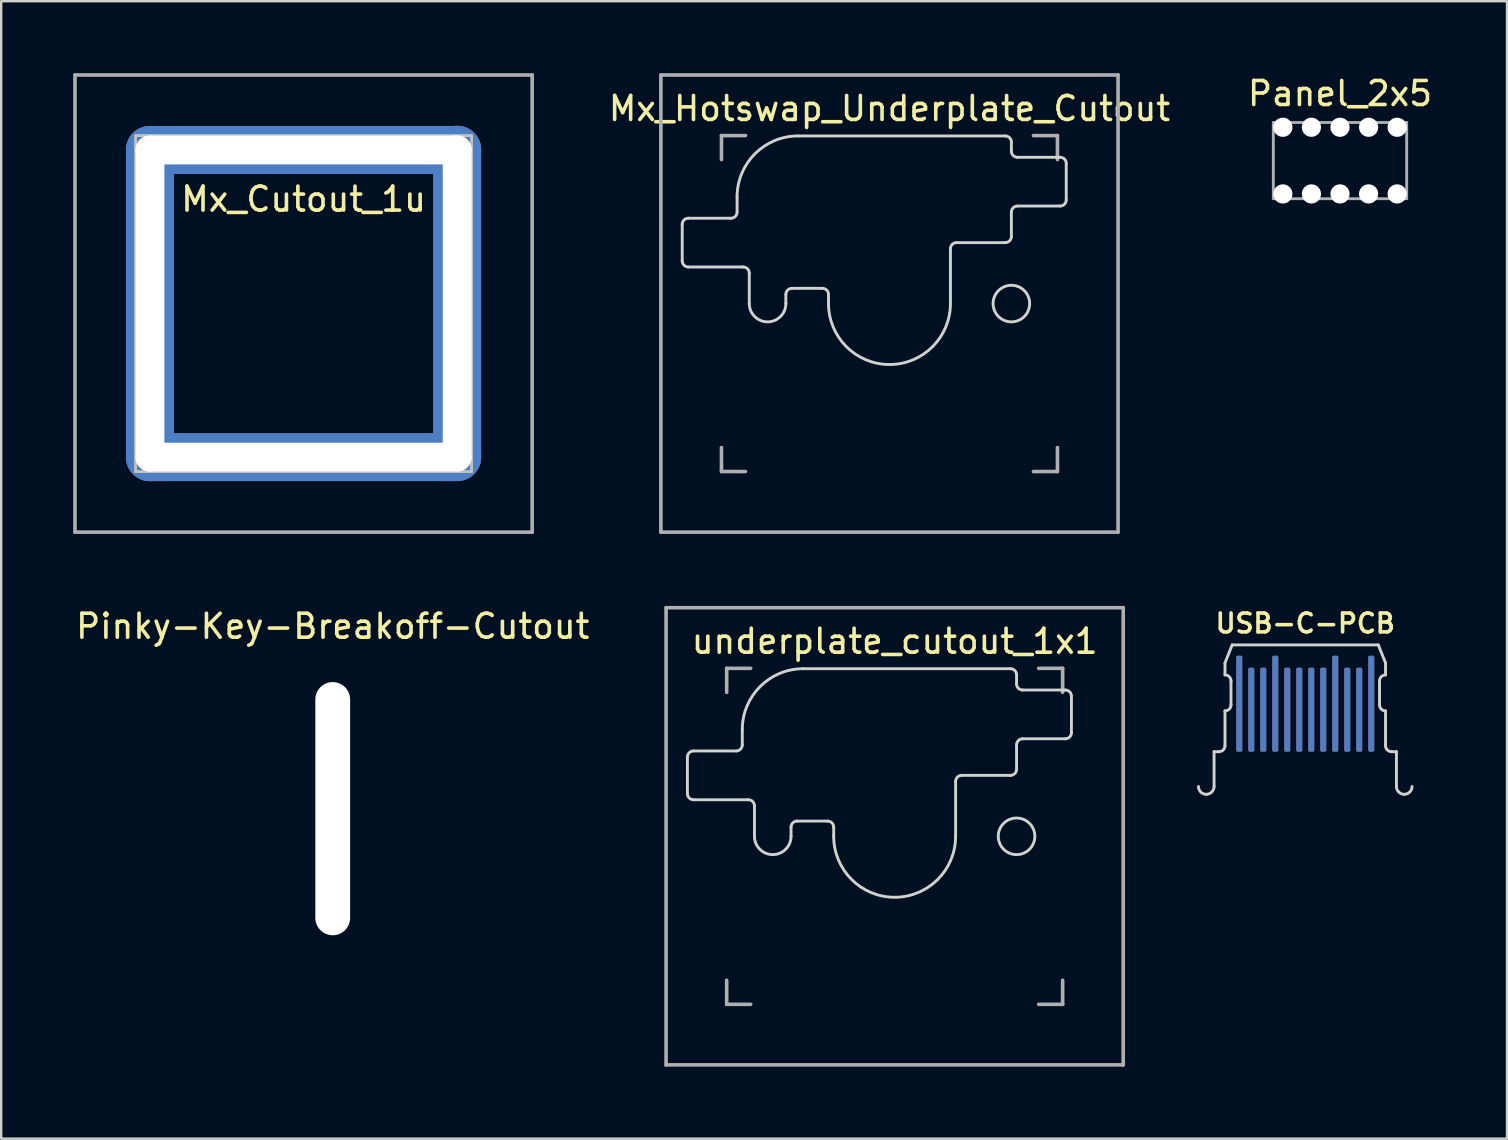
<source format=kicad_pcb>
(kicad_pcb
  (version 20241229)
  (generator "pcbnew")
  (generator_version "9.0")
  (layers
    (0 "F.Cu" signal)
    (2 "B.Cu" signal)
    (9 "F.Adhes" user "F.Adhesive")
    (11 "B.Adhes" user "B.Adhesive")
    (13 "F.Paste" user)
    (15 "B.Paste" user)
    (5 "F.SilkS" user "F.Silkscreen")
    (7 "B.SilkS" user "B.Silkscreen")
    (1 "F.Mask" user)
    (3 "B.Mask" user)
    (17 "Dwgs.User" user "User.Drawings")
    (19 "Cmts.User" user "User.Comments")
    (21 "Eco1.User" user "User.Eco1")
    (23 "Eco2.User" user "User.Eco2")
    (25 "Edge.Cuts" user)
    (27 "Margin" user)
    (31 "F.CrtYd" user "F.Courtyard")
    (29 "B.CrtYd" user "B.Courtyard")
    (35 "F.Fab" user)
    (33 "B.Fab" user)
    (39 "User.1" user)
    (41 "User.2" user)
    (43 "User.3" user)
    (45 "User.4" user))
  (footprint "Mx_Hotswap_Underplate_Cutout"
    (layer "F.Cu")
    (at 34.015 9.6)
    (property "Reference" "Mx_Hotswap_Underplate_Cutout" (at 0 -8.128 0) (unlocked yes) (layer "F.SilkS") (effects (font (size 1 1) (thickness 0.15))))
    (attr smd)
    (fp_line (start -8.636 -1.778) (end -8.636 -3.302) (stroke (width 0.12) (type solid)) (layer "Edge.Cuts"))
    (fp_line (start -8.382 -3.556) (end -6.604 -3.556) (stroke (width 0.12) (type solid)) (layer "Edge.Cuts"))
    (fp_line (start -6.35 -4.445) (end -6.35 -3.81) (stroke (width 0.12) (type solid)) (layer "Edge.Cuts"))
    (fp_line (start -6.096 -1.524) (end -8.382 -1.524) (stroke (width 0.12) (type solid)) (layer "Edge.Cuts"))
    (fp_line (start -5.842 -1.27) (end -5.842 0) (stroke (width 0.12) (type solid)) (layer "Edge.Cuts"))
    (fp_line (start -4.318 0) (end -4.318 -0.381) (stroke (width 0.12) (type solid)) (layer "Edge.Cuts"))
    (fp_line (start -4.064 -0.635) (end -2.794 -0.635) (stroke (width 0.12) (type solid)) (layer "Edge.Cuts"))
    (fp_line (start -3.81 -6.985) (end 4.826 -6.985) (stroke (width 0.12) (type solid)) (layer "Edge.Cuts"))
    (fp_line (start -2.54 -0.381) (end -2.54 0) (stroke (width 0.12) (type solid)) (layer "Edge.Cuts"))
    (fp_line (start 2.54 0) (end 2.54 -2.286) (stroke (width 0.12) (type solid)) (layer "Edge.Cuts"))
    (fp_line (start 4.826 -2.54) (end 2.794 -2.54) (stroke (width 0.12) (type solid)) (layer "Edge.Cuts"))
    (fp_line (start 5.08 -6.731) (end 5.08 -6.35) (stroke (width 0.12) (type solid)) (layer "Edge.Cuts"))
    (fp_line (start 5.08 -3.81) (end 5.08 -2.794) (stroke (width 0.12) (type solid)) (layer "Edge.Cuts"))
    (fp_line (start 5.334 -6.096) (end 7.112 -6.096) (stroke (width 0.12) (type solid)) (layer "Edge.Cuts"))
    (fp_line (start 7.112 -4.064) (end 5.334 -4.064) (stroke (width 0.12) (type solid)) (layer "Edge.Cuts"))
    (fp_line (start 7.366 -5.842) (end 7.366 -4.318) (stroke (width 0.12) (type solid)) (layer "Edge.Cuts"))
    (fp_arc (start -8.636 -3.302) (mid -8.561605 -3.481605) (end -8.382 -3.556) (stroke (width 0.12) (type solid)) (layer "Edge.Cuts"))
    (fp_arc (start -8.382 -1.524) (mid -8.561605 -1.598395) (end -8.636 -1.778) (stroke (width 0.12) (type solid)) (layer "Edge.Cuts"))
    (fp_arc (start -6.35 -4.445) (mid -5.606051 -6.241051) (end -3.81 -6.985) (stroke (width 0.12) (type solid)) (layer "Edge.Cuts"))
    (fp_arc (start -6.35 -3.81) (mid -6.424395 -3.630395) (end -6.604 -3.556) (stroke (width 0.12) (type solid)) (layer "Edge.Cuts"))
    (fp_arc (start -6.096 -1.524) (mid -5.916395 -1.449605) (end -5.842 -1.27) (stroke (width 0.12) (type solid)) (layer "Edge.Cuts"))
    (fp_arc (start -4.318 -0.381) (mid -4.243605 -0.560605) (end -4.064 -0.635) (stroke (width 0.12) (type solid)) (layer "Edge.Cuts"))
    (fp_arc (start -4.318 0) (mid -5.08 0.762) (end -5.842 0) (stroke (width 0.12) (type solid)) (layer "Edge.Cuts"))
    (fp_arc (start -2.794 -0.635) (mid -2.614395 -0.560605) (end -2.54 -0.381) (stroke (width 0.12) (type solid)) (layer "Edge.Cuts"))
    (fp_arc (start 2.54 -2.286) (mid 2.614395 -2.465605) (end 2.794 -2.54) (stroke (width 0.12) (type solid)) (layer "Edge.Cuts"))
    (fp_arc (start 2.54 0) (mid 0 2.54) (end -2.54 0) (stroke (width 0.12) (type solid)) (layer "Edge.Cuts"))
    (fp_arc (start 4.826 -6.985) (mid 5.005605 -6.910605) (end 5.08 -6.731) (stroke (width 0.12) (type solid)) (layer "Edge.Cuts"))
    (fp_arc (start 5.08 -3.81) (mid 5.154395 -3.989605) (end 5.334 -4.064) (stroke (width 0.12) (type solid)) (layer "Edge.Cuts"))
    (fp_arc (start 5.08 -2.794) (mid 5.005605 -2.614395) (end 4.826 -2.54) (stroke (width 0.12) (type solid)) (layer "Edge.Cuts"))
    (fp_arc (start 5.334 -6.096) (mid 5.154395 -6.170395) (end 5.08 -6.35) (stroke (width 0.12) (type solid)) (layer "Edge.Cuts"))
    (fp_arc (start 7.112 -6.096) (mid 7.291605 -6.021605) (end 7.366 -5.842) (stroke (width 0.12) (type solid)) (layer "Edge.Cuts"))
    (fp_arc (start 7.366 -4.318) (mid 7.291605 -4.138395) (end 7.112 -4.064) (stroke (width 0.12) (type solid)) (layer "Edge.Cuts"))
    (fp_circle (center 5.08 0) (end 5.842 0) (stroke (width 0.12) (type solid)) (fill no) (layer "Edge.Cuts"))
    (fp_line (start -9.525 -9.525) (end -9.525 9.525) (stroke (width 0.15) (type solid)) (layer "F.Fab"))
    (fp_line (start -9.525 -9.525) (end 9.525 -9.525) (stroke (width 0.15) (type solid)) (layer "F.Fab"))
    (fp_line (start -9.525 9.525) (end 9.525 9.525) (stroke (width 0.15) (type solid)) (layer "F.Fab"))
    (fp_line (start -7 -6) (end -7 -7) (stroke (width 0.15) (type solid)) (layer "F.Fab"))
    (fp_line (start -7 7) (end -7 6) (stroke (width 0.15) (type solid)) (layer "F.Fab"))
    (fp_line (start -7 7) (end -6 7) (stroke (width 0.15) (type solid)) (layer "F.Fab"))
    (fp_line (start -6 -7) (end -7 -7) (stroke (width 0.15) (type solid)) (layer "F.Fab"))
    (fp_line (start 6 7) (end 7 7) (stroke (width 0.15) (type solid)) (layer "F.Fab"))
    (fp_line (start 7 -7) (end 6 -7) (stroke (width 0.15) (type solid)) (layer "F.Fab"))
    (fp_line (start 7 -7) (end 7 -6) (stroke (width 0.15) (type solid)) (layer "F.Fab"))
    (fp_line (start 7 6) (end 7 7) (stroke (width 0.15) (type solid)) (layer "F.Fab"))
    (fp_line (start 9.525 -9.525) (end 9.525 9.525) (stroke (width 0.15) (type solid)) (layer "F.Fab")))
  (footprint "Pinky-Key-Breakoff-Cutout"
    (layer "F.Cu")
    (at 10.815 30.648)
    (property "Reference" "Pinky-Key-Breakoff-Cutout" (at 0 -7.6 0) (unlocked yes) (layer "F.SilkS") (effects (font (size 1 1) (thickness 0.15))))
    (attr smd)
    (pad "" np_thru_hole oval (at 0 0) (size 1.45 10.55) (drill oval 1.45 10.55) (layers "*.Cu" "*.Mask")))
  (footprint "underplate_cutout_1x1"
    (layer "F.Cu")
    (at 34.231 31.8)
    (property "Reference" "underplate_cutout_1x1" (at 0 -8.128 0) (unlocked yes) (layer "F.SilkS") (effects (font (size 1 1) (thickness 0.15))))
    (attr smd)
    (fp_line (start -8.636 -1.778) (end -8.636 -3.302) (stroke (width 0.12) (type solid)) (layer "Edge.Cuts"))
    (fp_line (start -8.382 -3.556) (end -6.604 -3.556) (stroke (width 0.12) (type solid)) (layer "Edge.Cuts"))
    (fp_line (start -6.35 -4.445) (end -6.35 -3.81) (stroke (width 0.12) (type solid)) (layer "Edge.Cuts"))
    (fp_line (start -6.096 -1.524) (end -8.382 -1.524) (stroke (width 0.12) (type solid)) (layer "Edge.Cuts"))
    (fp_line (start -5.842 -1.27) (end -5.842 0) (stroke (width 0.12) (type solid)) (layer "Edge.Cuts"))
    (fp_line (start -4.318 0) (end -4.318 -0.381) (stroke (width 0.12) (type solid)) (layer "Edge.Cuts"))
    (fp_line (start -4.064 -0.635) (end -2.794 -0.635) (stroke (width 0.12) (type solid)) (layer "Edge.Cuts"))
    (fp_line (start -3.81 -6.985) (end 4.826 -6.985) (stroke (width 0.12) (type solid)) (layer "Edge.Cuts"))
    (fp_line (start -2.54 -0.381) (end -2.54 0) (stroke (width 0.12) (type solid)) (layer "Edge.Cuts"))
    (fp_line (start 2.54 0) (end 2.54 -2.286) (stroke (width 0.12) (type solid)) (layer "Edge.Cuts"))
    (fp_line (start 4.826 -2.54) (end 2.794 -2.54) (stroke (width 0.12) (type solid)) (layer "Edge.Cuts"))
    (fp_line (start 5.08 -6.731) (end 5.08 -6.35) (stroke (width 0.12) (type solid)) (layer "Edge.Cuts"))
    (fp_line (start 5.08 -3.81) (end 5.08 -2.794) (stroke (width 0.12) (type solid)) (layer "Edge.Cuts"))
    (fp_line (start 5.334 -6.096) (end 7.112 -6.096) (stroke (width 0.12) (type solid)) (layer "Edge.Cuts"))
    (fp_line (start 7.112 -4.064) (end 5.334 -4.064) (stroke (width 0.12) (type solid)) (layer "Edge.Cuts"))
    (fp_line (start 7.366 -5.842) (end 7.366 -4.318) (stroke (width 0.12) (type solid)) (layer "Edge.Cuts"))
    (fp_arc (start -8.636 -3.302) (mid -8.561605 -3.481605) (end -8.382 -3.556) (stroke (width 0.12) (type solid)) (layer "Edge.Cuts"))
    (fp_arc (start -8.382 -1.524) (mid -8.561605 -1.598395) (end -8.636 -1.778) (stroke (width 0.12) (type solid)) (layer "Edge.Cuts"))
    (fp_arc (start -6.35 -4.445) (mid -5.606051 -6.241051) (end -3.81 -6.985) (stroke (width 0.12) (type solid)) (layer "Edge.Cuts"))
    (fp_arc (start -6.35 -3.81) (mid -6.424395 -3.630395) (end -6.604 -3.556) (stroke (width 0.12) (type solid)) (layer "Edge.Cuts"))
    (fp_arc (start -6.096 -1.524) (mid -5.916395 -1.449605) (end -5.842 -1.27) (stroke (width 0.12) (type solid)) (layer "Edge.Cuts"))
    (fp_arc (start -4.318 -0.381) (mid -4.243605 -0.560605) (end -4.064 -0.635) (stroke (width 0.12) (type solid)) (layer "Edge.Cuts"))
    (fp_arc (start -4.318 0) (mid -5.08 0.762) (end -5.842 0) (stroke (width 0.12) (type solid)) (layer "Edge.Cuts"))
    (fp_arc (start -2.794 -0.635) (mid -2.614395 -0.560605) (end -2.54 -0.381) (stroke (width 0.12) (type solid)) (layer "Edge.Cuts"))
    (fp_arc (start 2.54 -2.286) (mid 2.614395 -2.465605) (end 2.794 -2.54) (stroke (width 0.12) (type solid)) (layer "Edge.Cuts"))
    (fp_arc (start 2.54 0) (mid 0 2.54) (end -2.54 0) (stroke (width 0.12) (type solid)) (layer "Edge.Cuts"))
    (fp_arc (start 4.826 -6.985) (mid 5.005605 -6.910605) (end 5.08 -6.731) (stroke (width 0.12) (type solid)) (layer "Edge.Cuts"))
    (fp_arc (start 5.08 -3.81) (mid 5.154395 -3.989605) (end 5.334 -4.064) (stroke (width 0.12) (type solid)) (layer "Edge.Cuts"))
    (fp_arc (start 5.08 -2.794) (mid 5.005605 -2.614395) (end 4.826 -2.54) (stroke (width 0.12) (type solid)) (layer "Edge.Cuts"))
    (fp_arc (start 5.334 -6.096) (mid 5.154395 -6.170395) (end 5.08 -6.35) (stroke (width 0.12) (type solid)) (layer "Edge.Cuts"))
    (fp_arc (start 7.112 -6.096) (mid 7.291605 -6.021605) (end 7.366 -5.842) (stroke (width 0.12) (type solid)) (layer "Edge.Cuts"))
    (fp_arc (start 7.366 -4.318) (mid 7.291605 -4.138395) (end 7.112 -4.064) (stroke (width 0.12) (type solid)) (layer "Edge.Cuts"))
    (fp_circle (center 5.08 0) (end 5.842 0) (stroke (width 0.12) (type solid)) (fill no) (layer "Edge.Cuts"))
    (fp_line (start -9.525 -9.525) (end -9.525 9.525) (stroke (width 0.15) (type solid)) (layer "F.Fab"))
    (fp_line (start -9.525 -9.525) (end 9.525 -9.525) (stroke (width 0.15) (type solid)) (layer "F.Fab"))
    (fp_line (start -9.525 9.525) (end 9.525 9.525) (stroke (width 0.15) (type solid)) (layer "F.Fab"))
    (fp_line (start -7 -6) (end -7 -7) (stroke (width 0.15) (type solid)) (layer "F.Fab"))
    (fp_line (start -7 7) (end -7 6) (stroke (width 0.15) (type solid)) (layer "F.Fab"))
    (fp_line (start -7 7) (end -6 7) (stroke (width 0.15) (type solid)) (layer "F.Fab"))
    (fp_line (start -6 -7) (end -7 -7) (stroke (width 0.15) (type solid)) (layer "F.Fab"))
    (fp_line (start 6 7) (end 7 7) (stroke (width 0.15) (type solid)) (layer "F.Fab"))
    (fp_line (start 7 -7) (end 6 -7) (stroke (width 0.15) (type solid)) (layer "F.Fab"))
    (fp_line (start 7 -7) (end 7 -6) (stroke (width 0.15) (type solid)) (layer "F.Fab"))
    (fp_line (start 7 6) (end 7 7) (stroke (width 0.15) (type solid)) (layer "F.Fab"))
    (fp_line (start 9.525 -9.525) (end 9.525 9.525) (stroke (width 0.15) (type solid)) (layer "F.Fab")))
  (footprint "Panel_2x5"
    (layer "F.Cu")
    (at 52.789 3.642)
    (property "Reference" "Panel_2x5" (at 0 -2.794 0) (layer "F.SilkS") (effects (font (size 1 1) (thickness 0.15))))
    (fp_line (start -2.778 1.588) (end -2.778 -1.588) (stroke (width 0.12) (type solid)) (layer "F.Fab"))
    (fp_line (start -2.778 1.588) (end 2.778 1.588) (stroke (width 0.12) (type solid)) (layer "F.Fab"))
    (fp_line (start 2.778 -1.588) (end -2.778 -1.588) (stroke (width 0.12) (type solid)) (layer "F.Fab"))
    (fp_line (start 2.778 1.588) (end 2.778 -1.588) (stroke (width 0.12) (type solid)) (layer "F.Fab"))
    (pad "" np_thru_hole circle (at -2.381 -1.389) (size 0.8 0.8) (drill 0.8) (layers "*.Cu" "*.Mask"))
    (pad "" np_thru_hole circle (at -2.381 1.389) (size 0.8 0.8) (drill 0.8) (layers "*.Cu" "*.Mask"))
    (pad "" np_thru_hole circle (at -1.191 -1.389) (size 0.8 0.8) (drill 0.8) (layers "*.Cu" "*.Mask"))
    (pad "" np_thru_hole circle (at -1.191 1.389) (size 0.8 0.8) (drill 0.8) (layers "*.Cu" "*.Mask"))
    (pad "" np_thru_hole circle (at 0 -1.389) (size 0.8 0.8) (drill 0.8) (layers "*.Cu" "*.Mask"))
    (pad "" np_thru_hole circle (at 0 1.389) (size 0.8 0.8) (drill 0.8) (layers "*.Cu" "*.Mask"))
    (pad "" np_thru_hole circle (at 1.191 -1.389) (size 0.8 0.8) (drill 0.8) (layers "*.Cu" "*.Mask"))
    (pad "" np_thru_hole circle (at 1.191 1.389) (size 0.8 0.8) (drill 0.8) (layers "*.Cu" "*.Mask"))
    (pad "" np_thru_hole circle (at 2.381 -1.389) (size 0.8 0.8) (drill 0.8) (layers "*.Cu" "*.Mask"))
    (pad "" np_thru_hole circle (at 2.381 1.389) (size 0.8 0.8) (drill 0.8) (layers "*.Cu" "*.Mask")))
  (footprint "USB-C-PCB"
    (layer "F.Cu")
    (at 51.341 23.824)
    (property "Reference" "USB-C-PCB" (at 0 -0.9 0) (layer "F.SilkS") (effects (font (size 0.787 0.787) (thickness 0.15))))
    (fp_line (start -3.8 4.45) (end -3.8 5.9) (stroke (width 0.12) (type solid)) (layer "Edge.Cuts"))
    (fp_line (start -3.595 4.45) (end -3.8 4.45) (stroke (width 0.12) (type solid)) (layer "Edge.Cuts"))
    (fp_line (start -3.345 0.75) (end -3.345 1.25) (stroke (width 0.12) (type solid)) (layer "Edge.Cuts"))
    (fp_line (start -3.345 2.75) (end -3.345 4.2) (stroke (width 0.12) (type solid)) (layer "Edge.Cuts"))
    (fp_line (start -3.095 1.5) (end -3.095 2.5) (stroke (width 0.12) (type solid)) (layer "Edge.Cuts"))
    (fp_line (start -3.045 0) (end -3.345 0.75) (stroke (width 0.12) (type solid)) (layer "Edge.Cuts"))
    (fp_line (start -3.045 0) (end 3.045 0) (stroke (width 0.12) (type solid)) (layer "Edge.Cuts"))
    (fp_line (start 3.045 0) (end 3.345 0.75) (stroke (width 0.12) (type solid)) (layer "Edge.Cuts"))
    (fp_line (start 3.095 1.5) (end 3.095 2.5) (stroke (width 0.12) (type solid)) (layer "Edge.Cuts"))
    (fp_line (start 3.345 0.75) (end 3.345 1.25) (stroke (width 0.12) (type solid)) (layer "Edge.Cuts"))
    (fp_line (start 3.345 2.75) (end 3.345 4.2) (stroke (width 0.12) (type solid)) (layer "Edge.Cuts"))
    (fp_line (start 3.595 4.45) (end 3.8 4.45) (stroke (width 0.12) (type solid)) (layer "Edge.Cuts"))
    (fp_line (start 3.8 4.45) (end 3.8 5.9) (stroke (width 0.12) (type solid)) (layer "Edge.Cuts"))
    (fp_arc (start -4.125 6.225) (mid -4.35481 6.12981) (end -4.45 5.9) (stroke (width 0.12) (type solid)) (layer "Edge.Cuts"))
    (fp_arc (start -3.8 5.9) (mid -3.89519 6.12981) (end -4.125 6.225) (stroke (width 0.12) (type solid)) (layer "Edge.Cuts"))
    (fp_arc (start -3.345 1.25) (mid -3.168224 1.323223) (end -3.095001 1.499999) (stroke (width 0.12) (type solid)) (layer "Edge.Cuts"))
    (fp_arc (start -3.344999 4.200001) (mid -3.418223 4.376777) (end -3.595 4.45) (stroke (width 0.12) (type solid)) (layer "Edge.Cuts"))
    (fp_arc (start -3.094999 2.500001) (mid -3.168223 2.676777) (end -3.345 2.75) (stroke (width 0.12) (type solid)) (layer "Edge.Cuts"))
    (fp_arc (start 3.094999 1.499999) (mid 3.168223 1.323223) (end 3.345 1.25) (stroke (width 0.12) (type solid)) (layer "Edge.Cuts"))
    (fp_arc (start 3.345 2.75) (mid 3.168224 2.676777) (end 3.095001 2.500001) (stroke (width 0.12) (type solid)) (layer "Edge.Cuts"))
    (fp_arc (start 3.595 4.45) (mid 3.418224 4.376777) (end 3.345001 4.200001) (stroke (width 0.12) (type solid)) (layer "Edge.Cuts"))
    (fp_arc (start 4.125 6.225) (mid 3.89519 6.12981) (end 3.8 5.9) (stroke (width 0.12) (type solid)) (layer "Edge.Cuts"))
    (fp_arc (start 4.45 5.9) (mid 4.35481 6.12981) (end 4.125 6.225) (stroke (width 0.12) (type solid)) (layer "Edge.Cuts"))
    (pad "A1" smd roundrect (at 2.75 2.45) (size 0.25 4) (layers "F.Cu" "F.Mask") (roundrect_rratio 0.25))
    (pad "A2" smd roundrect (at 2.25 2.7) (size 0.25 3.5) (layers "F.Cu" "F.Mask") (roundrect_rratio 0.25))
    (pad "A3" smd roundrect (at 1.75 2.7) (size 0.25 3.5) (layers "F.Cu" "F.Mask") (roundrect_rratio 0.25))
    (pad "A4" smd roundrect (at 1.25 2.45) (size 0.25 4) (layers "F.Cu" "F.Mask") (roundrect_rratio 0.25))
    (pad "A5" smd roundrect (at 0.75 2.7) (size 0.25 3.5) (layers "F.Cu" "F.Mask") (roundrect_rratio 0.25))
    (pad "A6" smd roundrect (at 0.25 2.7) (size 0.25 3.5) (layers "F.Cu" "F.Mask") (roundrect_rratio 0.25))
    (pad "A7" smd roundrect (at -0.25 2.7) (size 0.25 3.5) (layers "F.Cu" "F.Mask") (roundrect_rratio 0.25))
    (pad "A8" smd roundrect (at -0.75 2.7) (size 0.25 3.5) (layers "F.Cu" "F.Mask") (roundrect_rratio 0.25))
    (pad "A9" smd roundrect (at -1.25 2.45) (size 0.25 4) (layers "F.Cu" "F.Mask") (roundrect_rratio 0.25))
    (pad "A10" smd roundrect (at -1.75 2.7) (size 0.25 3.5) (layers "F.Cu" "F.Mask") (roundrect_rratio 0.25))
    (pad "A11" smd roundrect (at -2.25 2.7) (size 0.25 3.5) (layers "F.Cu" "F.Mask") (roundrect_rratio 0.25))
    (pad "A12" smd roundrect (at -2.75 2.45) (size 0.25 4) (layers "F.Cu" "F.Mask") (roundrect_rratio 0.25))
    (pad "B1" smd roundrect (at -2.75 2.45) (size 0.25 4) (layers "B.Cu" "B.Mask") (roundrect_rratio 0.25))
    (pad "B2" smd roundrect (at -2.25 2.7) (size 0.25 3.5) (layers "B.Cu" "B.Mask") (roundrect_rratio 0.25))
    (pad "B3" smd roundrect (at -1.75 2.7) (size 0.25 3.5) (layers "B.Cu" "B.Mask") (roundrect_rratio 0.25))
    (pad "B4" smd roundrect (at -1.25 2.45) (size 0.25 4) (layers "B.Cu" "B.Mask") (roundrect_rratio 0.25))
    (pad "B5" smd roundrect (at -0.75 2.7) (size 0.25 3.5) (layers "B.Cu" "B.Mask") (roundrect_rratio 0.25))
    (pad "B6" smd roundrect (at -0.25 2.7) (size 0.25 3.5) (layers "B.Cu" "B.Mask") (roundrect_rratio 0.25))
    (pad "B7" smd roundrect (at 0.25 2.7) (size 0.25 3.5) (layers "B.Cu" "B.Mask") (roundrect_rratio 0.25))
    (pad "B8" smd roundrect (at 0.75 2.7) (size 0.25 3.5) (layers "B.Cu" "B.Mask") (roundrect_rratio 0.25))
    (pad "B9" smd roundrect (at 1.25 2.45) (size 0.25 4) (layers "B.Cu" "B.Mask") (roundrect_rratio 0.25))
    (pad "B10" smd roundrect (at 1.75 2.7) (size 0.25 3.5) (layers "B.Cu" "B.Mask") (roundrect_rratio 0.25))
    (pad "B11" smd roundrect (at 2.25 2.7) (size 0.25 3.5) (layers "B.Cu" "B.Mask") (roundrect_rratio 0.25))
    (pad "B12" smd roundrect (at 2.75 2.45) (size 0.25 4) (layers "B.Cu" "B.Mask") (roundrect_rratio 0.25)))
  (footprint "Mx_Cutout_1u"
    (layer "F.Cu")
    (at 9.6 9.6)
    (property "Reference" "Mx_Cutout_1u" (at 0 -4.35 0) (unlocked yes) (layer "F.SilkS") (effects (font (size 1 1) (thickness 0.15))))
    (fp_line (start -7 -7) (end -7 7) (stroke (width 0.12) (type solid)) (layer "Dwgs.User"))
    (fp_line (start -7 -7) (end 7 -7) (stroke (width 0.12) (type solid)) (layer "Dwgs.User"))
    (fp_line (start 7 -7) (end 7 7) (stroke (width 0.12) (type solid)) (layer "Dwgs.User"))
    (fp_line (start 7 7) (end -7 7) (stroke (width 0.12) (type solid)) (layer "Dwgs.User"))
    (fp_line (start -9.525 -9.525) (end 9.525 -9.525) (stroke (width 0.15) (type solid)) (layer "F.Fab"))
    (fp_line (start -9.525 9.525) (end -9.525 -9.525) (stroke (width 0.15) (type solid)) (layer "F.Fab"))
    (fp_line (start 9.525 -9.525) (end 9.525 9.525) (stroke (width 0.15) (type solid)) (layer "F.Fab"))
    (fp_line (start 9.525 9.525) (end -9.525 9.525) (stroke (width 0.15) (type solid)) (layer "F.Fab"))
    (pad "" thru_hole oval (at -6.4 0 270) (size 14.8 2) (drill oval 14 1.2) (layers "*.Cu" "*.Mask"))
    (pad "" thru_hole oval (at 0 -6.4) (size 14.8 2) (drill oval 14 1.2) (layers "*.Cu" "*.Mask"))
    (pad "" thru_hole oval (at 0 6.4) (size 14.8 2) (drill oval 14 1.2) (layers "*.Cu" "*.Mask"))
    (pad "" thru_hole oval (at 6.4 -0.01 270) (size 14.8 2) (drill oval 14 1.2) (layers "*.Cu" "*.Mask")))
  (gr_rect
    (start -3 -3)
    (end 59.748 44.4)
    (stroke (width 0.1) (type default))
    (fill no)
    (layer "Edge.Cuts")))
</source>
